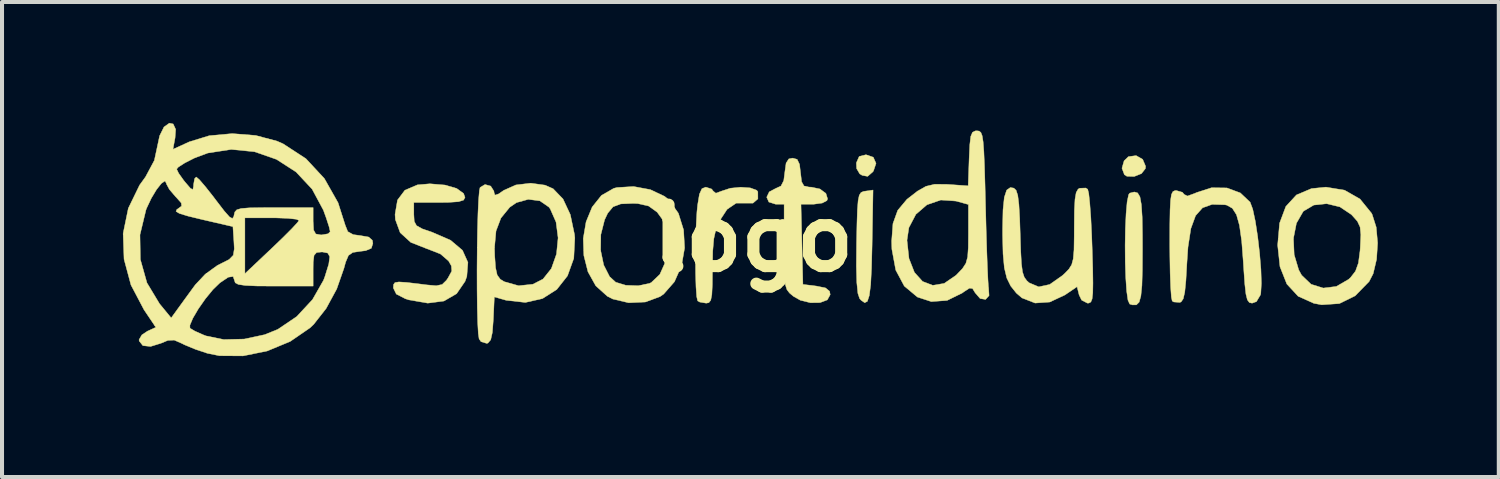
<source format=kicad_pcb>
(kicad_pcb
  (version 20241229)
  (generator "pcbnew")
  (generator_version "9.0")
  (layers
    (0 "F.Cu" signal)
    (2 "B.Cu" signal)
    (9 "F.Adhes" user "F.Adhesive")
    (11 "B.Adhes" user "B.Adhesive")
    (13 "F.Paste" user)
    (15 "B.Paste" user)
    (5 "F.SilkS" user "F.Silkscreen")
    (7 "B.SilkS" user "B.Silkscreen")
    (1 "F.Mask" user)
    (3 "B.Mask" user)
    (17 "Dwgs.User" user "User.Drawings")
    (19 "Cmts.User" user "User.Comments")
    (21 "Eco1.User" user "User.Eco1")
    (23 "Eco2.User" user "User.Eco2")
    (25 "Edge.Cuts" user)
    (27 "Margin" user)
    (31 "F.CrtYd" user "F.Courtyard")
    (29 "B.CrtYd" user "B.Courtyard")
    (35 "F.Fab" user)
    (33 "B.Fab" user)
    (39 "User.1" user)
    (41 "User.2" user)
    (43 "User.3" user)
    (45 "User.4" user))
  (footprint "logo"
    (layer "F.Cu")
    (at 15.64 2.862)
    (property "Reference" "logo" (at 0 0 0) (layer "F.SilkS") (effects (font (size 1.524 1.524) (thickness 0.3))))
    (attr through_hole)
    (fp_poly (pts (xy 2.974 -2.012) (xy 3.042 -1.86) (xy 2.978 -1.67) (xy 2.96 -1.647) (xy 2.834 -1.537) (xy 2.699 -1.562) (xy 2.638 -1.598) (xy 2.561 -1.729) (xy 2.554 -1.872) (xy 2.624 -2.031) (xy 2.793 -2.074) (xy 2.974 -2.012)) (stroke (width 0.01) (type solid)) (fill yes) (layer "F.SilkS"))
    (fp_poly (pts (xy 9.657 -1.959) (xy 9.729 -1.788) (xy 9.724 -1.73) (xy 9.627 -1.606) (xy 9.447 -1.534) (xy 9.266 -1.539) (xy 9.204 -1.577) (xy 9.143 -1.739) (xy 9.196 -1.923) (xy 9.302 -2.026) (xy 9.494 -2.052) (xy 9.657 -1.959)) (stroke (width 0.01) (type solid)) (fill yes) (layer "F.SilkS"))
    (fp_poly (pts (xy 2.944 0.177) (xy 2.93 0.741) (xy 2.909 1.15) (xy 2.875 1.419) (xy 2.827 1.564) (xy 2.761 1.598) (xy 2.672 1.536) (xy 2.635 1.494) (xy 2.592 1.366) (xy 2.565 1.101) (xy 2.554 0.687) (xy 2.559 0.116) (xy 2.569 -0.37) (xy 2.58 -0.711) (xy 2.598 -0.936) (xy 2.626 -1.069) (xy 2.669 -1.136) (xy 2.73 -1.163) (xy 2.775 -1.17) (xy 2.968 -1.198) (xy 2.944 0.177)) (stroke (width 0.01) (type solid)) (fill yes) (layer "F.SilkS"))
    (fp_poly (pts (xy 9.532 -1.126) (xy 9.589 -1.029) (xy 9.624 -0.837) (xy 9.644 -0.531) (xy 9.651 -0.088) (xy 9.652 0.252) (xy 9.649 0.787) (xy 9.638 1.173) (xy 9.612 1.432) (xy 9.569 1.584) (xy 9.502 1.65) (xy 9.407 1.652) (xy 9.335 1.631) (xy 9.292 1.536) (xy 9.259 1.307) (xy 9.237 0.98) (xy 9.224 0.589) (xy 9.221 0.17) (xy 9.228 -0.242) (xy 9.245 -0.612) (xy 9.271 -0.904) (xy 9.308 -1.083) (xy 9.335 -1.121) (xy 9.449 -1.15) (xy 9.532 -1.126)) (stroke (width 0.01) (type solid)) (fill yes) (layer "F.SilkS"))
    (fp_poly (pts (xy -1.036 -1.223) (xy -0.998 -1.173) (xy -0.932 -1.119) (xy -0.785 -1.173) (xy -0.572 -1.243) (xy -0.316 -1.268) (xy -0.078 -1.251) (xy 0.081 -1.193) (xy 0.11 -1.156) (xy 0.111 -0.978) (xy -0.011 -0.873) (xy -0.174 -0.873) (xy -0.429 -0.872) (xy -0.652 -0.72) (xy -0.846 -0.424) (xy -0.93 -0.223) (xy -0.982 0.011) (xy -1.009 0.322) (xy -1.016 0.756) (xy -1.016 0.759) (xy -1.019 1.146) (xy -1.031 1.395) (xy -1.058 1.535) (xy -1.105 1.596) (xy -1.171 1.609) (xy -1.332 1.581) (xy -1.383 1.552) (xy -1.407 1.446) (xy -1.424 1.208) (xy -1.434 0.875) (xy -1.437 0.485) (xy -1.432 0.075) (xy -1.42 -0.318) (xy -1.401 -0.656) (xy -1.384 -0.826) (xy -1.339 -1.096) (xy -1.277 -1.232) (xy -1.181 -1.27) (xy -1.181 -1.27) (xy -1.036 -1.223)) (stroke (width 0.01) (type solid)) (fill yes) (layer "F.SilkS"))
    (fp_poly (pts (xy 1.085 -1.959) (xy 1.144 -1.837) (xy 1.169 -1.63) (xy 1.196 -1.403) (xy 1.255 -1.299) (xy 1.381 -1.271) (xy 1.434 -1.27) (xy 1.648 -1.225) (xy 1.798 -1.115) (xy 1.84 -0.98) (xy 1.823 -0.935) (xy 1.708 -0.875) (xy 1.502 -0.847) (xy 1.474 -0.847) (xy 1.18 -0.847) (xy 1.204 0.148) (xy 1.228 1.143) (xy 1.566 1.185) (xy 1.792 1.232) (xy 1.89 1.314) (xy 1.905 1.397) (xy 1.834 1.527) (xy 1.654 1.595) (xy 1.414 1.598) (xy 1.164 1.536) (xy 0.99 1.437) (xy 0.895 1.357) (xy 0.831 1.272) (xy 0.792 1.149) (xy 0.771 0.955) (xy 0.763 0.658) (xy 0.762 0.226) (xy 0.762 -0.847) (xy 0.55 -0.847) (xy 0.383 -0.9) (xy 0.33 -1.021) (xy 0.393 -1.153) (xy 0.546 -1.234) (xy 0.684 -1.298) (xy 0.753 -1.434) (xy 0.779 -1.638) (xy 0.811 -1.867) (xy 0.878 -1.97) (xy 0.974 -1.99) (xy 1.085 -1.959)) (stroke (width 0.01) (type solid)) (fill yes) (layer "F.SilkS"))
    (fp_poly (pts (xy -2.557 -1.208) (xy -2.205 -1.042) (xy -2.099 -0.957) (xy -1.861 -0.622) (xy -1.732 -0.209) (xy -1.707 0.24) (xy -1.784 0.683) (xy -1.959 1.078) (xy -2.226 1.383) (xy -2.319 1.447) (xy -2.68 1.58) (xy -3.094 1.599) (xy -3.488 1.506) (xy -3.624 1.437) (xy -3.911 1.178) (xy -4.104 0.831) (xy -4.206 0.428) (xy -4.211 0.298) (xy -3.79 0.298) (xy -3.714 0.662) (xy -3.567 0.951) (xy -3.416 1.089) (xy -3.167 1.165) (xy -2.857 1.176) (xy -2.581 1.119) (xy -2.535 1.098) (xy -2.322 0.896) (xy -2.184 0.589) (xy -2.125 0.225) (xy -2.149 -0.145) (xy -2.261 -0.474) (xy -2.387 -0.648) (xy -2.599 -0.801) (xy -2.867 -0.862) (xy -2.981 -0.867) (xy -3.289 -0.854) (xy -3.482 -0.782) (xy -3.615 -0.622) (xy -3.692 -0.458) (xy -3.785 -0.092) (xy -3.79 0.298) (xy -4.211 0.298) (xy -4.221 0.004) (xy -4.151 -0.409) (xy -4 -0.776) (xy -3.77 -1.064) (xy -3.464 -1.24) (xy -3.385 -1.26) (xy -2.972 -1.285) (xy -2.557 -1.208)) (stroke (width 0.01) (type solid)) (fill yes) (layer "F.SilkS"))
    (fp_poly (pts (xy 14.665 -1.194) (xy 15.048 -0.975) (xy 15.333 -0.624) (xy 15.35 -0.591) (xy 15.45 -0.276) (xy 15.485 0.116) (xy 15.459 0.521) (xy 15.375 0.876) (xy 15.274 1.072) (xy 14.927 1.427) (xy 14.536 1.619) (xy 14.099 1.649) (xy 13.903 1.613) (xy 13.514 1.438) (xy 13.233 1.134) (xy 13.063 0.705) (xy 13.005 0.169) (xy 13.02 0.001) (xy 13.397 0.001) (xy 13.415 0.406) (xy 13.528 0.784) (xy 13.6 0.915) (xy 13.835 1.14) (xy 14.136 1.234) (xy 14.461 1.194) (xy 14.765 1.018) (xy 14.813 0.974) (xy 14.936 0.815) (xy 15.009 0.612) (xy 15.049 0.309) (xy 15.055 0.217) (xy 15.069 -0.087) (xy 15.05 -0.28) (xy 14.984 -0.422) (xy 14.854 -0.568) (xy 14.833 -0.59) (xy 14.549 -0.78) (xy 14.221 -0.859) (xy 13.902 -0.825) (xy 13.646 -0.674) (xy 13.638 -0.665) (xy 13.471 -0.375) (xy 13.397 0.001) (xy 13.02 0.001) (xy 13.053 -0.376) (xy 13.208 -0.79) (xy 13.471 -1.076) (xy 13.844 -1.234) (xy 14.203 -1.27) (xy 14.665 -1.194)) (stroke (width 0.01) (type solid)) (fill yes) (layer "F.SilkS"))
    (fp_poly (pts (xy -7.652 -1.322) (xy -7.363 -1.238) (xy -7.19 -1.113) (xy -7.154 -1.014) (xy -7.19 -0.948) (xy -7.315 -0.909) (xy -7.562 -0.892) (xy -7.789 -0.889) (xy -8.424 -0.889) (xy -8.424 -0.593) (xy -8.414 -0.421) (xy -8.357 -0.315) (xy -8.214 -0.235) (xy -7.965 -0.149) (xy -7.512 0.048) (xy -7.217 0.297) (xy -7.082 0.597) (xy -7.109 0.944) (xy -7.153 1.068) (xy -7.363 1.374) (xy -7.677 1.556) (xy -8.078 1.608) (xy -8.55 1.526) (xy -8.636 1.498) (xy -8.859 1.383) (xy -8.932 1.233) (xy -8.932 1.228) (xy -8.927 1.146) (xy -8.892 1.098) (xy -8.795 1.082) (xy -8.605 1.094) (xy -8.292 1.131) (xy -8.115 1.154) (xy -7.867 1.176) (xy -7.721 1.145) (xy -7.615 1.041) (xy -7.576 0.984) (xy -7.483 0.813) (xy -7.493 0.683) (xy -7.562 0.562) (xy -7.761 0.39) (xy -8.081 0.264) (xy -8.087 0.263) (xy -8.499 0.101) (xy -8.763 -0.14) (xy -8.882 -0.465) (xy -8.89 -0.593) (xy -8.829 -0.95) (xy -8.646 -1.193) (xy -8.336 -1.326) (xy -8.026 -1.353) (xy -7.652 -1.322)) (stroke (width 0.01) (type solid)) (fill yes) (layer "F.SilkS"))
    (fp_poly (pts (xy 11.746 -1.25) (xy 12.08 -1.126) (xy 12.322 -0.897) (xy 12.387 -0.723) (xy 12.451 -0.424) (xy 12.509 -0.046) (xy 12.557 0.366) (xy 12.59 0.768) (xy 12.601 1.115) (xy 12.587 1.362) (xy 12.579 1.403) (xy 12.479 1.57) (xy 12.371 1.609) (xy 12.303 1.593) (xy 12.254 1.527) (xy 12.218 1.384) (xy 12.19 1.135) (xy 12.163 0.753) (xy 12.154 0.606) (xy 12.113 0.069) (xy 12.058 -0.321) (xy 11.984 -0.585) (xy 11.882 -0.745) (xy 11.747 -0.822) (xy 11.694 -0.833) (xy 11.38 -0.842) (xy 11.142 -0.757) (xy 10.969 -0.562) (xy 10.852 -0.242) (xy 10.781 0.218) (xy 10.753 0.63) (xy 10.729 1.053) (xy 10.701 1.335) (xy 10.663 1.5) (xy 10.611 1.576) (xy 10.579 1.59) (xy 10.429 1.579) (xy 10.389 1.555) (xy 10.368 1.454) (xy 10.351 1.214) (xy 10.338 0.865) (xy 10.331 0.437) (xy 10.329 0.155) (xy 10.33 -0.349) (xy 10.336 -0.708) (xy 10.349 -0.946) (xy 10.371 -1.089) (xy 10.407 -1.16) (xy 10.459 -1.184) (xy 10.492 -1.185) (xy 10.642 -1.142) (xy 10.686 -1.089) (xy 10.768 -1.049) (xy 10.96 -1.119) (xy 10.985 -1.132) (xy 11.366 -1.255) (xy 11.746 -1.25)) (stroke (width 0.01) (type solid)) (fill yes) (layer "F.SilkS"))
    (fp_poly (pts (xy 6.461 -1.245) (xy 6.517 -1.192) (xy 6.558 -1.067) (xy 6.586 -0.843) (xy 6.606 -0.494) (xy 6.618 -0.125) (xy 6.632 0.322) (xy 6.649 0.631) (xy 6.676 0.835) (xy 6.719 0.964) (xy 6.782 1.051) (xy 6.841 1.104) (xy 7.078 1.204) (xy 7.35 1.145) (xy 7.663 0.925) (xy 7.726 0.868) (xy 7.828 0.762) (xy 7.895 0.655) (xy 7.934 0.51) (xy 7.953 0.289) (xy 7.958 -0.045) (xy 7.959 -0.272) (xy 7.963 -0.691) (xy 7.978 -0.969) (xy 8.007 -1.136) (xy 8.055 -1.22) (xy 8.091 -1.242) (xy 8.243 -1.248) (xy 8.293 -1.218) (xy 8.319 -1.112) (xy 8.345 -0.866) (xy 8.371 -0.512) (xy 8.392 -0.079) (xy 8.403 0.233) (xy 8.418 0.744) (xy 8.423 1.111) (xy 8.419 1.356) (xy 8.402 1.504) (xy 8.371 1.58) (xy 8.323 1.606) (xy 8.288 1.609) (xy 8.142 1.533) (xy 8.08 1.405) (xy 8.029 1.2) (xy 7.728 1.405) (xy 7.352 1.581) (xy 6.988 1.606) (xy 6.663 1.479) (xy 6.522 1.358) (xy 6.383 1.183) (xy 6.286 0.986) (xy 6.225 0.733) (xy 6.193 0.389) (xy 6.182 -0.079) (xy 6.182 -0.243) (xy 6.192 -0.706) (xy 6.224 -1.017) (xy 6.283 -1.196) (xy 6.374 -1.26) (xy 6.461 -1.245)) (stroke (width 0.01) (type solid)) (fill yes) (layer "F.SilkS"))
    (fp_poly (pts (xy -5.169 -1.319) (xy -4.968 -1.23) (xy -4.723 -0.975) (xy -4.542 -0.588) (xy -4.439 -0.099) (xy -4.43 -0.011) (xy -4.456 0.498) (xy -4.612 0.931) (xy -4.878 1.269) (xy -5.233 1.495) (xy -5.657 1.591) (xy -6.13 1.538) (xy -6.156 1.531) (xy -6.427 1.453) (xy -6.452 2.017) (xy -6.476 2.335) (xy -6.517 2.518) (xy -6.585 2.598) (xy -6.615 2.607) (xy -6.758 2.563) (xy -6.805 2.495) (xy -6.825 2.358) (xy -6.84 2.087) (xy -6.85 1.713) (xy -6.855 1.267) (xy -6.856 0.78) (xy -6.852 0.283) (xy -6.852 0.235) (xy -6.423 0.235) (xy -6.418 0.428) (xy -6.396 0.731) (xy -6.356 0.911) (xy -6.279 1.016) (xy -6.181 1.076) (xy -5.825 1.176) (xy -5.47 1.139) (xy -5.22 1.011) (xy -5.012 0.75) (xy -4.885 0.391) (xy -4.845 -0.011) (xy -4.896 -0.403) (xy -5.041 -0.732) (xy -5.074 -0.775) (xy -5.298 -0.93) (xy -5.585 -0.967) (xy -5.878 -0.886) (xy -6.045 -0.771) (xy -6.263 -0.503) (xy -6.385 -0.182) (xy -6.423 0.235) (xy -6.852 0.235) (xy -6.845 -0.193) (xy -6.833 -0.617) (xy -6.817 -0.958) (xy -6.798 -1.184) (xy -6.781 -1.261) (xy -6.658 -1.335) (xy -6.517 -1.296) (xy -6.437 -1.17) (xy -6.435 -1.143) (xy -6.412 -1.072) (xy -6.321 -1.101) (xy -6.193 -1.19) (xy -5.892 -1.324) (xy -5.525 -1.368) (xy -5.169 -1.319)) (stroke (width 0.01) (type solid)) (fill yes) (layer "F.SilkS"))
    (fp_poly (pts (xy 5.6 -2.66) (xy 5.643 -2.626) (xy 5.675 -2.544) (xy 5.699 -2.393) (xy 5.717 -2.153) (xy 5.732 -1.803) (xy 5.746 -1.324) (xy 5.76 -0.762) (xy 5.774 -0.208) (xy 5.789 0.29) (xy 5.804 0.707) (xy 5.818 1.017) (xy 5.829 1.196) (xy 5.834 1.228) (xy 5.846 1.421) (xy 5.76 1.516) (xy 5.625 1.494) (xy 5.503 1.354) (xy 5.435 1.245) (xy 5.36 1.236) (xy 5.221 1.327) (xy 5.18 1.357) (xy 4.806 1.541) (xy 4.414 1.57) (xy 4.068 1.457) (xy 3.743 1.185) (xy 3.531 0.788) (xy 3.435 0.269) (xy 3.429 0.07) (xy 3.431 0.048) (xy 3.81 0.048) (xy 3.859 0.499) (xy 3.994 0.844) (xy 4.197 1.07) (xy 4.449 1.166) (xy 4.732 1.119) (xy 5.028 0.916) (xy 5.046 0.897) (xy 5.186 0.751) (xy 5.271 0.621) (xy 5.315 0.462) (xy 5.331 0.225) (xy 5.334 -0.115) (xy 5.334 -0.839) (xy 5.026 -0.924) (xy 4.647 -0.95) (xy 4.305 -0.832) (xy 4.031 -0.596) (xy 3.857 -0.265) (xy 3.81 0.048) (xy 3.431 0.048) (xy 3.462 -0.366) (xy 3.58 -0.694) (xy 3.809 -0.968) (xy 4.072 -1.172) (xy 4.28 -1.29) (xy 4.495 -1.341) (xy 4.791 -1.339) (xy 4.844 -1.336) (xy 5.328 -1.302) (xy 5.352 -1.984) (xy 5.368 -2.324) (xy 5.392 -2.528) (xy 5.435 -2.63) (xy 5.505 -2.665) (xy 5.546 -2.667) (xy 5.6 -2.66)) (stroke (width 0.01) (type solid)) (fill yes) (layer "F.SilkS"))
    (fp_poly (pts (xy -14.394 -2.837) (xy -14.332 -2.704) (xy -14.347 -2.491) (xy -14.4 -2.208) (xy -13.994 -2.394) (xy -13.499 -2.546) (xy -12.929 -2.598) (xy -12.347 -2.552) (xy -11.815 -2.41) (xy -11.667 -2.345) (xy -11.101 -1.976) (xy -10.643 -1.483) (xy -10.304 -0.884) (xy -10.125 -0.323) (xy -10.062 -0.166) (xy -9.927 -0.092) (xy -9.757 -0.069) (xy -9.542 -0.031) (xy -9.452 0.05) (xy -9.44 0.127) (xy -9.478 0.247) (xy -9.619 0.306) (xy -9.749 0.322) (xy -9.938 0.35) (xy -10.046 0.425) (xy -10.117 0.594) (xy -10.158 0.745) (xy -10.337 1.257) (xy -10.599 1.74) (xy -10.908 2.134) (xy -10.998 2.22) (xy -11.492 2.559) (xy -12.062 2.795) (xy -12.662 2.917) (xy -13.245 2.913) (xy -13.547 2.852) (xy -13.843 2.753) (xy -14.115 2.64) (xy -14.178 2.608) (xy -14.368 2.525) (xy -14.525 2.532) (xy -14.699 2.604) (xy -14.954 2.683) (xy -15.146 2.662) (xy -15.237 2.547) (xy -15.24 2.514) (xy -15.171 2.396) (xy -15.032 2.303) (xy -14.824 2.208) (xy -14.858 2.157) (xy -13.98 2.157) (xy -13.977 2.229) (xy -13.858 2.301) (xy -13.648 2.394) (xy -13.578 2.421) (xy -13.139 2.511) (xy -12.633 2.499) (xy -12.124 2.39) (xy -11.798 2.258) (xy -11.329 1.941) (xy -10.938 1.52) (xy -10.665 1.042) (xy -10.63 0.949) (xy -10.534 0.639) (xy -10.51 0.455) (xy -10.56 0.365) (xy -10.69 0.339) (xy -10.71 0.339) (xy -10.836 0.352) (xy -10.899 0.422) (xy -10.92 0.592) (xy -10.922 0.762) (xy -10.922 1.185) (xy -11.896 1.185) (xy -12.323 1.182) (xy -12.608 1.169) (xy -12.776 1.144) (xy -12.854 1.104) (xy -12.869 1.058) (xy -12.907 0.947) (xy -13.029 0.965) (xy -13.236 1.105) (xy -13.407 1.271) (xy -13.594 1.499) (xy -13.769 1.749) (xy -13.906 1.982) (xy -13.98 2.157) (xy -14.858 2.157) (xy -15.117 1.773) (xy -15.441 1.158) (xy -15.613 0.518) (xy -15.634 -0.087) (xy -15.218 -0.087) (xy -15.208 0.524) (xy -15.045 1.104) (xy -14.732 1.624) (xy -14.712 1.648) (xy -14.443 1.975) (xy -14.27 1.736) (xy -14.112 1.518) (xy -13.918 1.252) (xy -13.843 1.15) (xy -13.598 0.89) (xy -13.303 0.676) (xy -13.225 0.636) (xy -13.006 0.525) (xy -12.903 0.42) (xy -12.878 0.261) (xy -12.887 0.088) (xy -12.912 -0.29) (xy -13.674 -0.466) (xy -14.028 -0.552) (xy -14.238 -0.616) (xy -14.323 -0.667) (xy -14.304 -0.715) (xy -14.279 -0.731) (xy -14.185 -0.8) (xy -14.193 -0.877) (xy -14.313 -1.012) (xy -14.342 -1.042) (xy -14.488 -1.213) (xy -14.561 -1.349) (xy -14.563 -1.364) (xy -14.597 -1.423) (xy -14.687 -1.361) (xy -14.808 -1.208) (xy -14.937 -0.993) (xy -15.053 -0.747) (xy -15.069 -0.705) (xy -15.218 -0.087) (xy -15.634 -0.087) (xy -15.635 -0.124) (xy -15.507 -0.745) (xy -15.228 -1.319) (xy -15.08 -1.524) (xy -14.976 -1.718) (xy -14.308 -1.718) (xy -14.259 -1.615) (xy -14.137 -1.443) (xy -14.1 -1.397) (xy -13.966 -1.241) (xy -13.906 -1.209) (xy -13.889 -1.292) (xy -13.888 -1.333) (xy -13.862 -1.481) (xy -13.822 -1.521) (xy -13.745 -1.456) (xy -13.598 -1.285) (xy -13.405 -1.042) (xy -13.335 -0.949) (xy -13.127 -0.678) (xy -12.996 -0.53) (xy -12.923 -0.491) (xy -12.913 -0.508) (xy -12.615 -0.508) (xy -12.615 0.877) (xy -11.949 0.248) (xy -11.676 -0.014) (xy -11.456 -0.234) (xy -11.313 -0.388) (xy -11.271 -0.445) (xy -11.344 -0.474) (xy -11.547 -0.496) (xy -11.841 -0.507) (xy -11.938 -0.508) (xy -12.615 -0.508) (xy -12.913 -0.508) (xy -12.889 -0.544) (xy -12.885 -0.572) (xy -12.865 -0.653) (xy -12.816 -0.708) (xy -12.707 -0.74) (xy -12.507 -0.756) (xy -12.189 -0.761) (xy -11.89 -0.762) (xy -10.922 -0.762) (xy -10.922 -0.423) (xy -10.91 -0.205) (xy -10.856 -0.108) (xy -10.729 -0.085) (xy -10.71 -0.085) (xy -10.551 -0.113) (xy -10.499 -0.166) (xy -10.526 -0.285) (xy -10.598 -0.507) (xy -10.667 -0.698) (xy -10.948 -1.221) (xy -11.345 -1.645) (xy -11.83 -1.958) (xy -12.376 -2.148) (xy -12.953 -2.205) (xy -13.534 -2.116) (xy -13.864 -1.993) (xy -14.104 -1.871) (xy -14.265 -1.768) (xy -14.308 -1.718) (xy -14.976 -1.718) (xy -14.861 -1.933) (xy -14.797 -2.231) (xy -14.73 -2.544) (xy -14.622 -2.762) (xy -14.489 -2.857) (xy -14.394 -2.837)) (stroke (width 0.01) (type solid)) (fill yes) (layer "F.SilkS")))
  (gr_rect
    (start -3 -3)
    (end 34.131 8.784)
    (stroke (width 0.1) (type default))
    (fill no)
    (layer "Edge.Cuts")))
</source>
